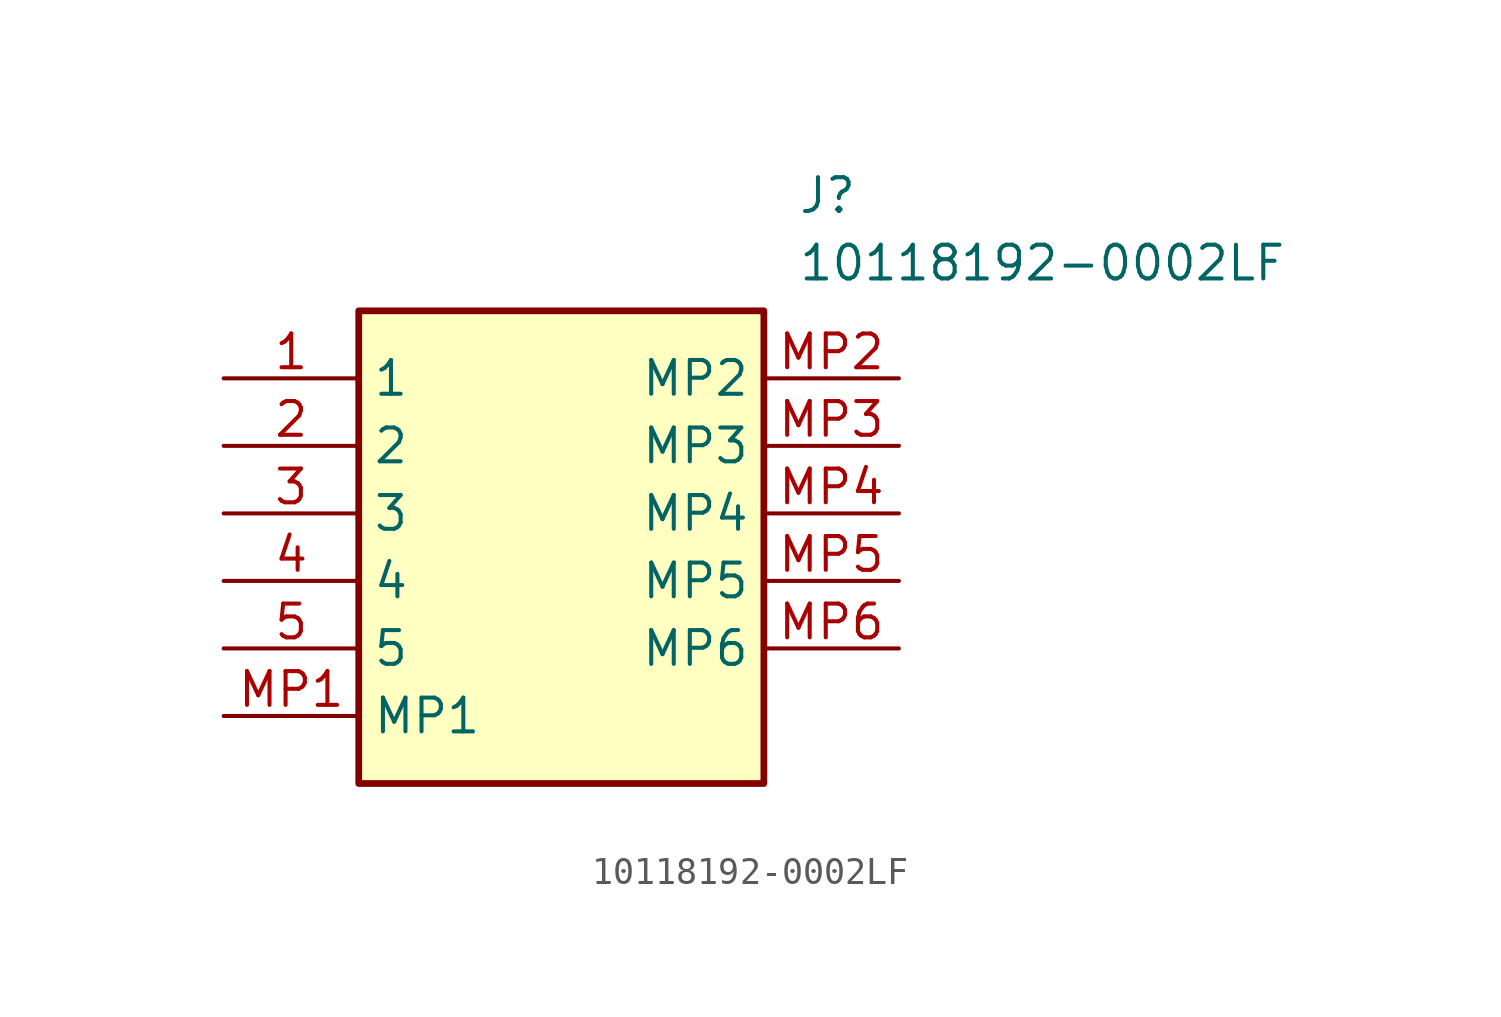
<source format=kicad_sym>
(kicad_symbol_lib
  (version 20211014)
  (generator SamacSys_ECAD_Model)
  (symbol "10118192-0002LF"
    (property "Reference" "J"
      (at 21.59 7.62 0)
      (effects (font (size 1.27 1.27)) (justify left top)))
    (property "Value" "10118192-0002LF"
      (at 21.59 5.08 0)
      (effects (font (size 1.27 1.27)) (justify left top)))
    (rectangle
      (start 5.08 2.54)
      (end 20.32 -15.24)
      (stroke (width 0.254) (type default))
      (fill (type background)))
    (pin passive line
      (at 0 0 0)
      (length 5.08)
      (name "1" (effects (font (size 1.27 1.27))))
      (number "1" (effects (font (size 1.27 1.27)))))
    (pin passive line
      (at 0 -2.54 0)
      (length 5.08)
      (name "2" (effects (font (size 1.27 1.27))))
      (number "2" (effects (font (size 1.27 1.27)))))
    (pin passive line
      (at 0 -5.08 0)
      (length 5.08)
      (name "3" (effects (font (size 1.27 1.27))))
      (number "3" (effects (font (size 1.27 1.27)))))
    (pin passive line
      (at 0 -7.62 0)
      (length 5.08)
      (name "4" (effects (font (size 1.27 1.27))))
      (number "4" (effects (font (size 1.27 1.27)))))
    (pin passive line
      (at 0 -10.16 0)
      (length 5.08)
      (name "5" (effects (font (size 1.27 1.27))))
      (number "5" (effects (font (size 1.27 1.27)))))
    (pin passive line
      (at 0 -12.7 0)
      (length 5.08)
      (name "MP1" (effects (font (size 1.27 1.27))))
      (number "MP1" (effects (font (size 1.27 1.27)))))
    (pin passive line
      (at 25.4 0 180)
      (length 5.08)
      (name "MP2" (effects (font (size 1.27 1.27))))
      (number "MP2" (effects (font (size 1.27 1.27)))))
    (pin passive line
      (at 25.4 -2.54 180)
      (length 5.08)
      (name "MP3" (effects (font (size 1.27 1.27))))
      (number "MP3" (effects (font (size 1.27 1.27)))))
    (pin passive line
      (at 25.4 -5.08 180)
      (length 5.08)
      (name "MP4" (effects (font (size 1.27 1.27))))
      (number "MP4" (effects (font (size 1.27 1.27)))))
    (pin passive line
      (at 25.4 -7.62 180)
      (length 5.08)
      (name "MP5" (effects (font (size 1.27 1.27))))
      (number "MP5" (effects (font (size 1.27 1.27)))))
    (pin passive line
      (at 25.4 -10.16 180)
      (length 5.08)
      (name "MP6" (effects (font (size 1.27 1.27))))
      (number "MP6" (effects (font (size 1.27 1.27)))))))
</source>
